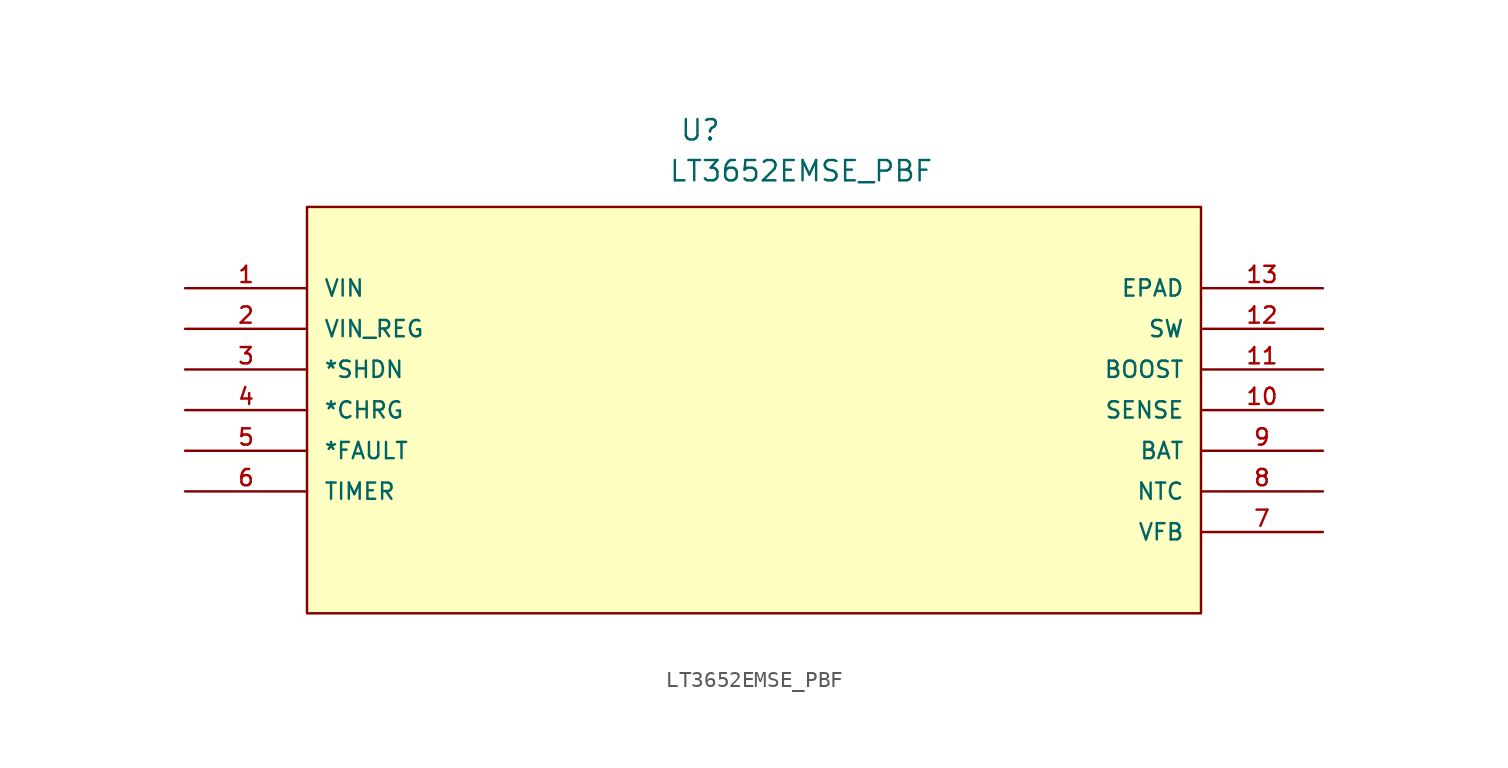
<source format=kicad_sym>
(kicad_symbol_lib
  (version 20211014)
  (generator kicad_symbol_editor)
  (symbol "LT3652EMSE_PBF"
    (pin_names
      (offset 1.016))
    (property "Reference" "U"
      (at 30.896 9.137 0.0)
      (effects (font (size 1.27 1.27)) (justify bottom left)))
    (property "Value" "LT3652EMSE_PBF"
      (at 30.21 6.581 0.0)
      (effects (font (size 1.27 1.27)) (justify bottom left)))
    (symbol "LT3652EMSE_PBF_0_0"
      (rectangle (start 7.62 -20.32) (end 63.5 5.08) (stroke (width 0.152)) (fill (type background)))
      (pin input line (at 0.0 0.0 0) (length 7.62) (name "VIN" (effects (font (size 1.016 1.016)))) (number "1" (effects (font (size 1.016 1.016)))))
      (pin input line (at 0.0 -2.54 0) (length 7.62) (name "VIN_REG" (effects (font (size 1.016 1.016)))) (number "2" (effects (font (size 1.016 1.016)))))
      (pin input line (at 0.0 -5.08 0) (length 7.62) (name "*SHDN" (effects (font (size 1.016 1.016)))) (number "3" (effects (font (size 1.016 1.016)))))
      (pin output line (at 0.0 -7.62 0) (length 7.62) (name "*CHRG" (effects (font (size 1.016 1.016)))) (number "4" (effects (font (size 1.016 1.016)))))
      (pin output line (at 0.0 -10.16 0) (length 7.62) (name "*FAULT" (effects (font (size 1.016 1.016)))) (number "5" (effects (font (size 1.016 1.016)))))
      (pin passive line (at 0.0 -12.7 0) (length 7.62) (name "TIMER" (effects (font (size 1.016 1.016)))) (number "6" (effects (font (size 1.016 1.016)))))
      (pin output line (at 71.12 -15.24 180.0) (length 7.62) (name "VFB" (effects (font (size 1.016 1.016)))) (number "7" (effects (font (size 1.016 1.016)))))
      (pin input line (at 71.12 -12.7 180.0) (length 7.62) (name "NTC" (effects (font (size 1.016 1.016)))) (number "8" (effects (font (size 1.016 1.016)))))
      (pin output line (at 71.12 -10.16 180.0) (length 7.62) (name "BAT" (effects (font (size 1.016 1.016)))) (number "9" (effects (font (size 1.016 1.016)))))
      (pin passive line (at 71.12 -7.62 180.0) (length 7.62) (name "SENSE" (effects (font (size 1.016 1.016)))) (number "10" (effects (font (size 1.016 1.016)))))
      (pin passive line (at 71.12 -5.08 180.0) (length 7.62) (name "BOOST" (effects (font (size 1.016 1.016)))) (number "11" (effects (font (size 1.016 1.016)))))
      (pin output line (at 71.12 -2.54 180.0) (length 7.62) (name "SW" (effects (font (size 1.016 1.016)))) (number "12" (effects (font (size 1.016 1.016)))))
      (pin passive line (at 71.12 0.0 180.0) (length 7.62) (name "EPAD" (effects (font (size 1.016 1.016)))) (number "13" (effects (font (size 1.016 1.016))))))))
</source>
